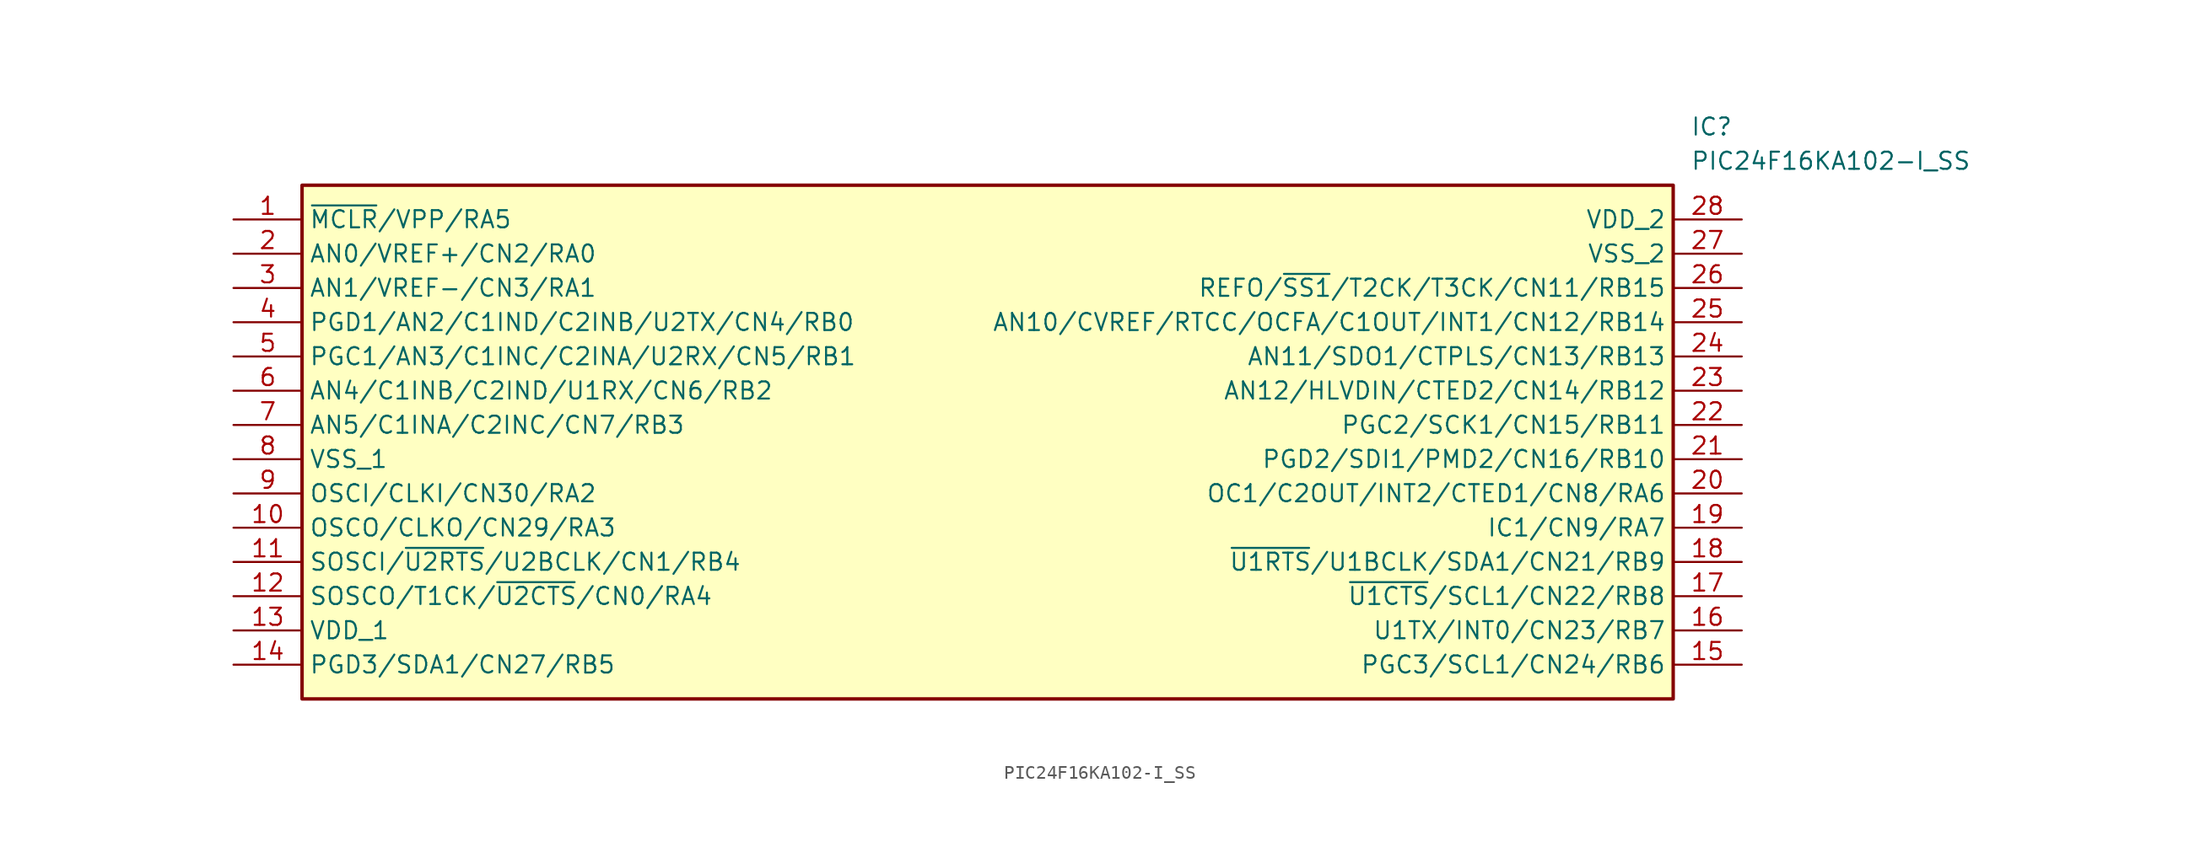
<source format=kicad_sym>
(kicad_symbol_lib
  (version 20211014)
  (generator SamacSys_ECAD_Model)
  (symbol "PIC24F16KA102-I_SS"
    (property "Reference" "IC"
      (at 107.95 7.62 0)
      (effects (font (size 1.27 1.27)) (justify left top)))
    (property "Value" "PIC24F16KA102-I_SS"
      (at 107.95 5.08 0)
      (effects (font (size 1.27 1.27)) (justify left top)))
    (rectangle
      (start 5.08 2.54)
      (end 106.68 -35.56)
      (stroke (width 0.254) (type default))
      (fill (type background)))
    (pin passive line
      (at 0 0 0)
      (length 5.08)
      (name "~{MCLR}/VPP/RA5" (effects (font (size 1.27 1.27))))
      (number "1" (effects (font (size 1.27 1.27)))))
    (pin passive line
      (at 0 -2.54 0)
      (length 5.08)
      (name "AN0/VREF+/CN2/RA0" (effects (font (size 1.27 1.27))))
      (number "2" (effects (font (size 1.27 1.27)))))
    (pin passive line
      (at 0 -5.08 0)
      (length 5.08)
      (name "AN1/VREF-/CN3/RA1" (effects (font (size 1.27 1.27))))
      (number "3" (effects (font (size 1.27 1.27)))))
    (pin passive line
      (at 0 -7.62 0)
      (length 5.08)
      (name "PGD1/AN2/C1IND/C2INB/U2TX/CN4/RB0" (effects (font (size 1.27 1.27))))
      (number "4" (effects (font (size 1.27 1.27)))))
    (pin passive line
      (at 0 -10.16 0)
      (length 5.08)
      (name "PGC1/AN3/C1INC/C2INA/U2RX/CN5/RB1" (effects (font (size 1.27 1.27))))
      (number "5" (effects (font (size 1.27 1.27)))))
    (pin passive line
      (at 0 -12.7 0)
      (length 5.08)
      (name "AN4/C1INB/C2IND/U1RX/CN6/RB2" (effects (font (size 1.27 1.27))))
      (number "6" (effects (font (size 1.27 1.27)))))
    (pin passive line
      (at 0 -15.24 0)
      (length 5.08)
      (name "AN5/C1INA/C2INC/CN7/RB3" (effects (font (size 1.27 1.27))))
      (number "7" (effects (font (size 1.27 1.27)))))
    (pin passive line
      (at 0 -17.78 0)
      (length 5.08)
      (name "VSS_1" (effects (font (size 1.27 1.27))))
      (number "8" (effects (font (size 1.27 1.27)))))
    (pin passive line
      (at 0 -20.32 0)
      (length 5.08)
      (name "OSCI/CLKI/CN30/RA2" (effects (font (size 1.27 1.27))))
      (number "9" (effects (font (size 1.27 1.27)))))
    (pin passive line
      (at 0 -22.86 0)
      (length 5.08)
      (name "OSCO/CLKO/CN29/RA3" (effects (font (size 1.27 1.27))))
      (number "10" (effects (font (size 1.27 1.27)))))
    (pin passive line
      (at 0 -25.4 0)
      (length 5.08)
      (name "SOSCI/~{U2RTS}/U2BCLK/CN1/RB4" (effects (font (size 1.27 1.27))))
      (number "11" (effects (font (size 1.27 1.27)))))
    (pin passive line
      (at 0 -27.94 0)
      (length 5.08)
      (name "SOSCO/T1CK/~{U2CTS}/CN0/RA4" (effects (font (size 1.27 1.27))))
      (number "12" (effects (font (size 1.27 1.27)))))
    (pin passive line
      (at 0 -30.48 0)
      (length 5.08)
      (name "VDD_1" (effects (font (size 1.27 1.27))))
      (number "13" (effects (font (size 1.27 1.27)))))
    (pin passive line
      (at 0 -33.02 0)
      (length 5.08)
      (name "PGD3/SDA1/CN27/RB5" (effects (font (size 1.27 1.27))))
      (number "14" (effects (font (size 1.27 1.27)))))
    (pin passive line
      (at 111.76 0 180)
      (length 5.08)
      (name "VDD_2" (effects (font (size 1.27 1.27))))
      (number "28" (effects (font (size 1.27 1.27)))))
    (pin passive line
      (at 111.76 -2.54 180)
      (length 5.08)
      (name "VSS_2" (effects (font (size 1.27 1.27))))
      (number "27" (effects (font (size 1.27 1.27)))))
    (pin passive line
      (at 111.76 -5.08 180)
      (length 5.08)
      (name "REFO/~{SS1}/T2CK/T3CK/CN11/RB15" (effects (font (size 1.27 1.27))))
      (number "26" (effects (font (size 1.27 1.27)))))
    (pin passive line
      (at 111.76 -7.62 180)
      (length 5.08)
      (name "AN10/CVREF/RTCC/OCFA/C1OUT/INT1/CN12/RB14" (effects (font (size 1.27 1.27))))
      (number "25" (effects (font (size 1.27 1.27)))))
    (pin passive line
      (at 111.76 -10.16 180)
      (length 5.08)
      (name "AN11/SDO1/CTPLS/CN13/RB13" (effects (font (size 1.27 1.27))))
      (number "24" (effects (font (size 1.27 1.27)))))
    (pin passive line
      (at 111.76 -12.7 180)
      (length 5.08)
      (name "AN12/HLVDIN/CTED2/CN14/RB12" (effects (font (size 1.27 1.27))))
      (number "23" (effects (font (size 1.27 1.27)))))
    (pin passive line
      (at 111.76 -15.24 180)
      (length 5.08)
      (name "PGC2/SCK1/CN15/RB11" (effects (font (size 1.27 1.27))))
      (number "22" (effects (font (size 1.27 1.27)))))
    (pin passive line
      (at 111.76 -17.78 180)
      (length 5.08)
      (name "PGD2/SDI1/PMD2/CN16/RB10" (effects (font (size 1.27 1.27))))
      (number "21" (effects (font (size 1.27 1.27)))))
    (pin passive line
      (at 111.76 -20.32 180)
      (length 5.08)
      (name "OC1/C2OUT/INT2/CTED1/CN8/RA6" (effects (font (size 1.27 1.27))))
      (number "20" (effects (font (size 1.27 1.27)))))
    (pin passive line
      (at 111.76 -22.86 180)
      (length 5.08)
      (name "IC1/CN9/RA7" (effects (font (size 1.27 1.27))))
      (number "19" (effects (font (size 1.27 1.27)))))
    (pin passive line
      (at 111.76 -25.4 180)
      (length 5.08)
      (name "~{U1RTS}/U1BCLK/SDA1/CN21/RB9" (effects (font (size 1.27 1.27))))
      (number "18" (effects (font (size 1.27 1.27)))))
    (pin passive line
      (at 111.76 -27.94 180)
      (length 5.08)
      (name "~{U1CTS}/SCL1/CN22/RB8" (effects (font (size 1.27 1.27))))
      (number "17" (effects (font (size 1.27 1.27)))))
    (pin passive line
      (at 111.76 -30.48 180)
      (length 5.08)
      (name "U1TX/INT0/CN23/RB7" (effects (font (size 1.27 1.27))))
      (number "16" (effects (font (size 1.27 1.27)))))
    (pin passive line
      (at 111.76 -33.02 180)
      (length 5.08)
      (name "PGC3/SCL1/CN24/RB6" (effects (font (size 1.27 1.27))))
      (number "15" (effects (font (size 1.27 1.27)))))))
</source>
